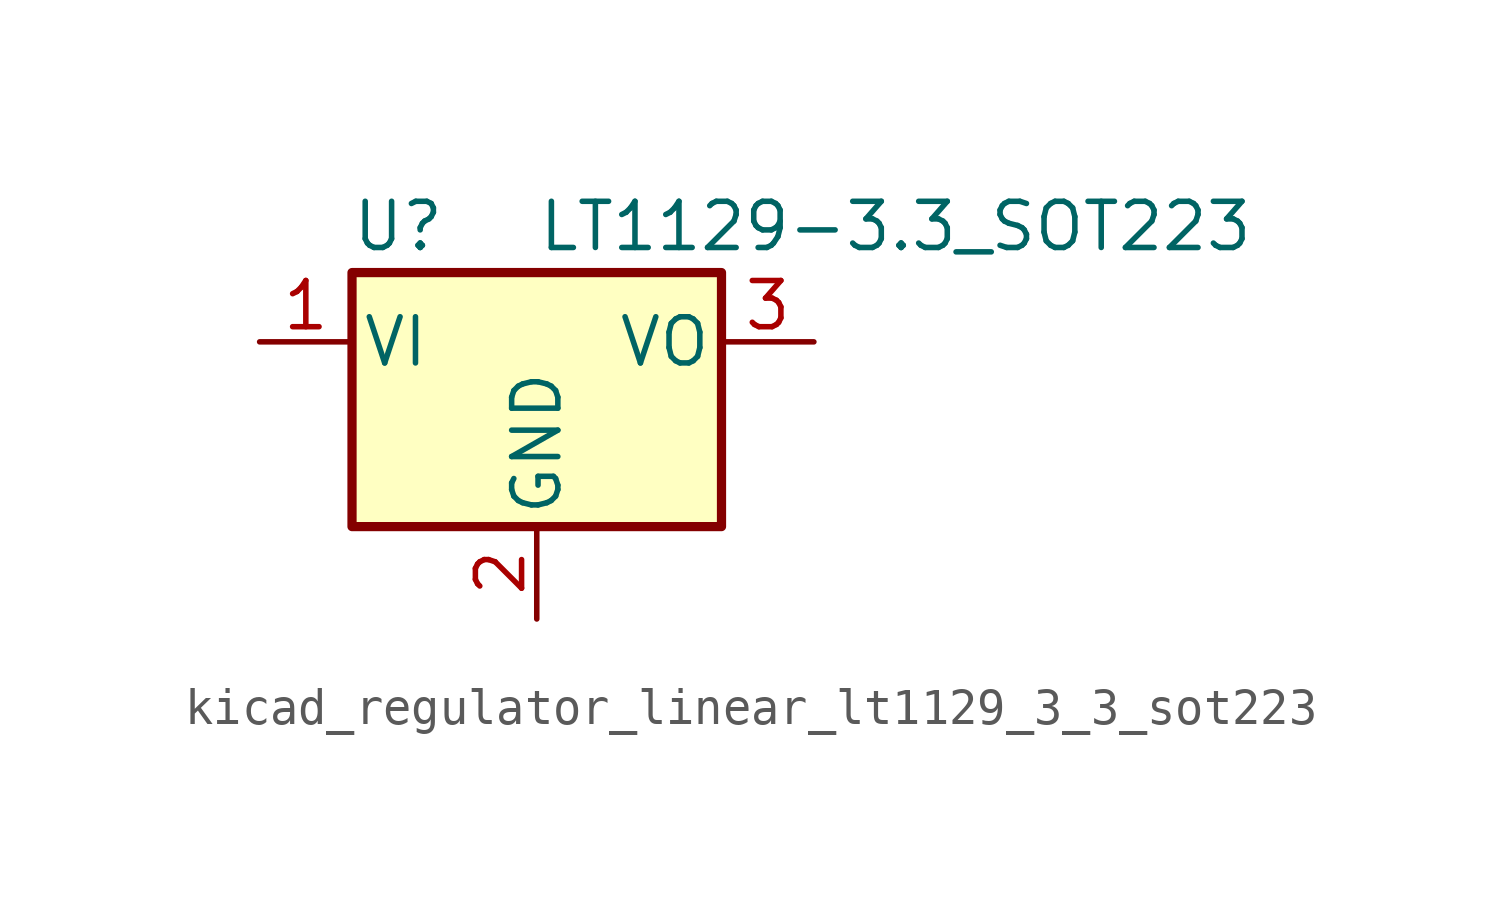
<source format=kicad_sym>
(kicad_symbol_lib
  (version 20220914)
  (generator kicad_symbol_editor)
  (symbol "kicad_regulator_linear_lt1129_3_3_sot223"
    (pin_names
      (offset 0.254))
    (property "Reference" "U"
      (at -3.81 3.175 0)
      (effects (font (size 1.27 1.27))))
    (property "Value" "LT1129-3.3_SOT223"
      (at 0 3.175 0)
      (effects (font (size 1.27 1.27)) (justify left)))
    (symbol "kicad_regulator_linear_lt1129_3_3_sot223_0_1"
      (rectangle (start -5.08 -5.08) (end 5.08 1.905) (stroke (width 0.254) (type default)) (fill (type background))))
    (symbol "kicad_regulator_linear_lt1129_3_3_sot223_1_1"
      (pin power_in line (at -7.62 0 0) (length 2.54) (name "VI" (effects (font (size 1.27 1.27)))) (number "1" (effects (font (size 1.27 1.27)))))
      (pin power_in line (at 0 -7.62 90) (length 2.54) (name "GND" (effects (font (size 1.27 1.27)))) (number "2" (effects (font (size 1.27 1.27)))))
      (pin power_out line (at 7.62 0 180) (length 2.54) (name "VO" (effects (font (size 1.27 1.27)))) (number "3" (effects (font (size 1.27 1.27))))))))
</source>
